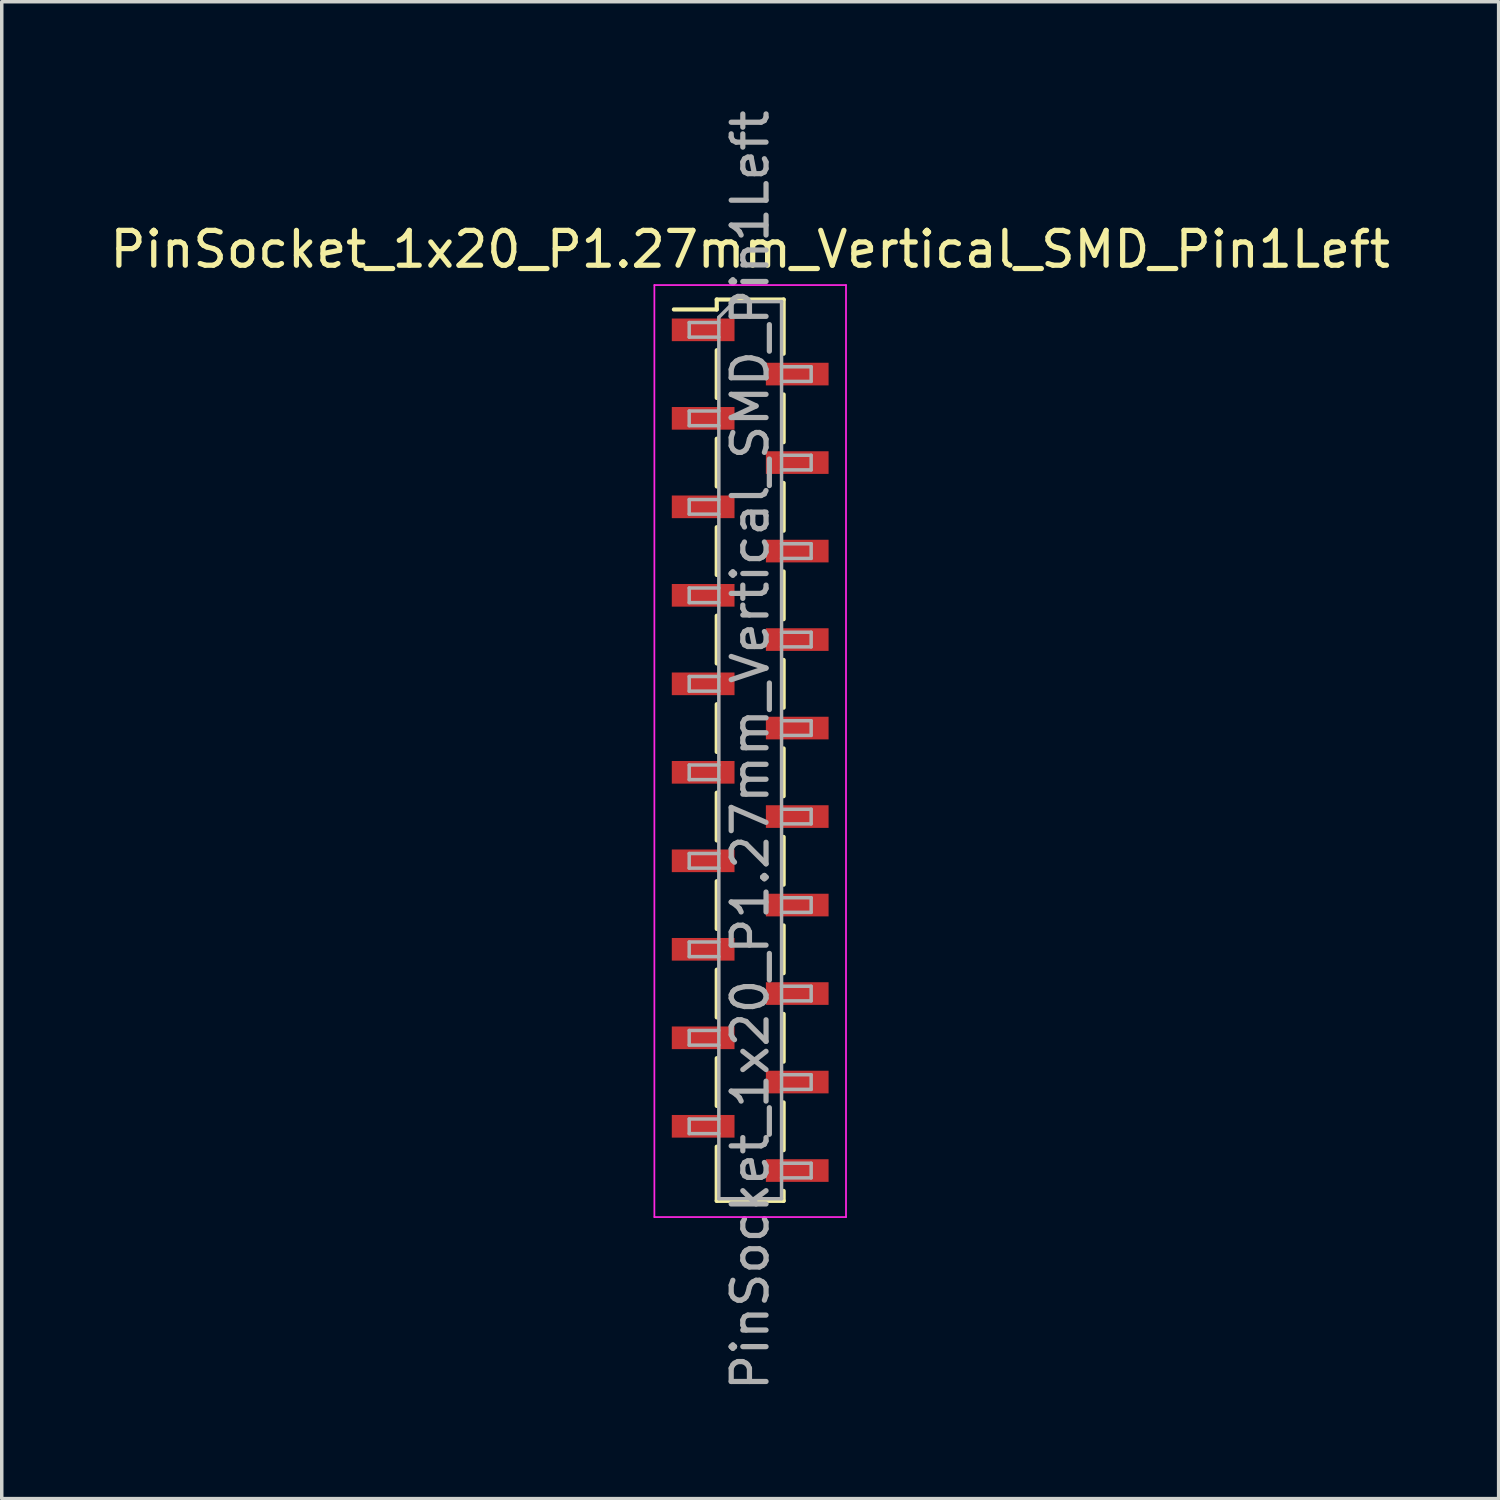
<source format=kicad_pcb>
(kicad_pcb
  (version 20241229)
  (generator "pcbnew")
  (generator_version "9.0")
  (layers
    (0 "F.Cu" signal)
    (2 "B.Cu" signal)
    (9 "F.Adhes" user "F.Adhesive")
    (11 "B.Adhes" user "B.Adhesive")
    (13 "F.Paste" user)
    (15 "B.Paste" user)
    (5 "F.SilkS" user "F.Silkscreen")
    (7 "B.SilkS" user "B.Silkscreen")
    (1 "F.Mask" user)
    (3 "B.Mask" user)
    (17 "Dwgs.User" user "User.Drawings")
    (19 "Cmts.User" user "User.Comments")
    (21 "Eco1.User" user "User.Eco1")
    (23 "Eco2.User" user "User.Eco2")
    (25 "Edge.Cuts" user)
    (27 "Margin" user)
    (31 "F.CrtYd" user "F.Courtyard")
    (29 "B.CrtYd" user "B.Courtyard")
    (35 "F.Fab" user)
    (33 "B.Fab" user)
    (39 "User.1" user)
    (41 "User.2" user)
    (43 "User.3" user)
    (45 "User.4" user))
  (footprint "PinSocket_1x20_P1.27mm_Vertical_SMD_Pin1Left"
    (layer "F.Cu")
    (at 18.482 18.482)
    (property "Reference" "PinSocket_1x20_P1.27mm_Vertical_SMD_Pin1Left" (at 0 -14.375 0) (layer "F.SilkS") (effects (font (size 1 1) (thickness 0.15))))
    (attr smd)
    (fp_line (start -2.19 -12.65) (end -0.96 -12.65) (stroke (width 0.12) (type solid)) (layer "F.SilkS"))
    (fp_line (start -0.96 -12.935) (end -0.96 -12.65) (stroke (width 0.12) (type solid)) (layer "F.SilkS"))
    (fp_line (start -0.96 -12.935) (end 0.96 -12.935) (stroke (width 0.12) (type solid)) (layer "F.SilkS"))
    (fp_line (start -0.96 -11.48) (end -0.96 -10.11) (stroke (width 0.12) (type solid)) (layer "F.SilkS"))
    (fp_line (start -0.96 -8.94) (end -0.96 -7.57) (stroke (width 0.12) (type solid)) (layer "F.SilkS"))
    (fp_line (start -0.96 -6.4) (end -0.96 -5.03) (stroke (width 0.12) (type solid)) (layer "F.SilkS"))
    (fp_line (start -0.96 -3.86) (end -0.96 -2.49) (stroke (width 0.12) (type solid)) (layer "F.SilkS"))
    (fp_line (start -0.96 -1.32) (end -0.96 0.05) (stroke (width 0.12) (type solid)) (layer "F.SilkS"))
    (fp_line (start -0.96 1.22) (end -0.96 2.59) (stroke (width 0.12) (type solid)) (layer "F.SilkS"))
    (fp_line (start -0.96 3.76) (end -0.96 5.13) (stroke (width 0.12) (type solid)) (layer "F.SilkS"))
    (fp_line (start -0.96 6.3) (end -0.96 7.67) (stroke (width 0.12) (type solid)) (layer "F.SilkS"))
    (fp_line (start -0.96 8.84) (end -0.96 10.21) (stroke (width 0.12) (type solid)) (layer "F.SilkS"))
    (fp_line (start -0.96 11.38) (end -0.96 12.935) (stroke (width 0.12) (type solid)) (layer "F.SilkS"))
    (fp_line (start -0.96 12.935) (end 0.96 12.935) (stroke (width 0.12) (type solid)) (layer "F.SilkS"))
    (fp_line (start 0.96 -12.935) (end 0.96 -11.38) (stroke (width 0.12) (type solid)) (layer "F.SilkS"))
    (fp_line (start 0.96 -10.21) (end 0.96 -8.84) (stroke (width 0.12) (type solid)) (layer "F.SilkS"))
    (fp_line (start 0.96 -7.67) (end 0.96 -6.3) (stroke (width 0.12) (type solid)) (layer "F.SilkS"))
    (fp_line (start 0.96 -5.13) (end 0.96 -3.76) (stroke (width 0.12) (type solid)) (layer "F.SilkS"))
    (fp_line (start 0.96 -2.59) (end 0.96 -1.22) (stroke (width 0.12) (type solid)) (layer "F.SilkS"))
    (fp_line (start 0.96 -0.05) (end 0.96 1.32) (stroke (width 0.12) (type solid)) (layer "F.SilkS"))
    (fp_line (start 0.96 2.49) (end 0.96 3.86) (stroke (width 0.12) (type solid)) (layer "F.SilkS"))
    (fp_line (start 0.96 5.03) (end 0.96 6.4) (stroke (width 0.12) (type solid)) (layer "F.SilkS"))
    (fp_line (start 0.96 7.57) (end 0.96 8.94) (stroke (width 0.12) (type solid)) (layer "F.SilkS"))
    (fp_line (start 0.96 10.11) (end 0.96 11.48) (stroke (width 0.12) (type solid)) (layer "F.SilkS"))
    (fp_line (start 0.96 12.65) (end 0.96 12.935) (stroke (width 0.12) (type solid)) (layer "F.SilkS"))
    (fp_line (start -2.75 -13.35) (end 2.75 -13.35) (stroke (width 0.05) (type solid)) (layer "F.CrtYd"))
    (fp_line (start -2.75 13.4) (end -2.75 -13.35) (stroke (width 0.05) (type solid)) (layer "F.CrtYd"))
    (fp_line (start 2.75 -13.35) (end 2.75 13.4) (stroke (width 0.05) (type solid)) (layer "F.CrtYd"))
    (fp_line (start 2.75 13.4) (end -2.75 13.4) (stroke (width 0.05) (type solid)) (layer "F.CrtYd"))
    (fp_line (start -1.75 -12.275) (end -0.9 -12.275) (stroke (width 0.1) (type solid)) (layer "F.Fab"))
    (fp_line (start -1.75 -11.855) (end -1.75 -12.275) (stroke (width 0.1) (type solid)) (layer "F.Fab"))
    (fp_line (start -1.75 -9.735) (end -0.9 -9.735) (stroke (width 0.1) (type solid)) (layer "F.Fab"))
    (fp_line (start -1.75 -9.315) (end -1.75 -9.735) (stroke (width 0.1) (type solid)) (layer "F.Fab"))
    (fp_line (start -1.75 -7.195) (end -0.9 -7.195) (stroke (width 0.1) (type solid)) (layer "F.Fab"))
    (fp_line (start -1.75 -6.775) (end -1.75 -7.195) (stroke (width 0.1) (type solid)) (layer "F.Fab"))
    (fp_line (start -1.75 -4.655) (end -0.9 -4.655) (stroke (width 0.1) (type solid)) (layer "F.Fab"))
    (fp_line (start -1.75 -4.235) (end -1.75 -4.655) (stroke (width 0.1) (type solid)) (layer "F.Fab"))
    (fp_line (start -1.75 -2.115) (end -0.9 -2.115) (stroke (width 0.1) (type solid)) (layer "F.Fab"))
    (fp_line (start -1.75 -1.695) (end -1.75 -2.115) (stroke (width 0.1) (type solid)) (layer "F.Fab"))
    (fp_line (start -1.75 0.425) (end -0.9 0.425) (stroke (width 0.1) (type solid)) (layer "F.Fab"))
    (fp_line (start -1.75 0.845) (end -1.75 0.425) (stroke (width 0.1) (type solid)) (layer "F.Fab"))
    (fp_line (start -1.75 2.965) (end -0.9 2.965) (stroke (width 0.1) (type solid)) (layer "F.Fab"))
    (fp_line (start -1.75 3.385) (end -1.75 2.965) (stroke (width 0.1) (type solid)) (layer "F.Fab"))
    (fp_line (start -1.75 5.505) (end -0.9 5.505) (stroke (width 0.1) (type solid)) (layer "F.Fab"))
    (fp_line (start -1.75 5.925) (end -1.75 5.505) (stroke (width 0.1) (type solid)) (layer "F.Fab"))
    (fp_line (start -1.75 8.045) (end -0.9 8.045) (stroke (width 0.1) (type solid)) (layer "F.Fab"))
    (fp_line (start -1.75 8.465) (end -1.75 8.045) (stroke (width 0.1) (type solid)) (layer "F.Fab"))
    (fp_line (start -1.75 10.585) (end -0.9 10.585) (stroke (width 0.1) (type solid)) (layer "F.Fab"))
    (fp_line (start -1.75 11.005) (end -1.75 10.585) (stroke (width 0.1) (type solid)) (layer "F.Fab"))
    (fp_line (start -0.9 -12.425) (end -0.45 -12.875) (stroke (width 0.1) (type solid)) (layer "F.Fab"))
    (fp_line (start -0.9 -11.855) (end -1.75 -11.855) (stroke (width 0.1) (type solid)) (layer "F.Fab"))
    (fp_line (start -0.9 -9.315) (end -1.75 -9.315) (stroke (width 0.1) (type solid)) (layer "F.Fab"))
    (fp_line (start -0.9 -6.775) (end -1.75 -6.775) (stroke (width 0.1) (type solid)) (layer "F.Fab"))
    (fp_line (start -0.9 -4.235) (end -1.75 -4.235) (stroke (width 0.1) (type solid)) (layer "F.Fab"))
    (fp_line (start -0.9 -1.695) (end -1.75 -1.695) (stroke (width 0.1) (type solid)) (layer "F.Fab"))
    (fp_line (start -0.9 0.845) (end -1.75 0.845) (stroke (width 0.1) (type solid)) (layer "F.Fab"))
    (fp_line (start -0.9 3.385) (end -1.75 3.385) (stroke (width 0.1) (type solid)) (layer "F.Fab"))
    (fp_line (start -0.9 5.925) (end -1.75 5.925) (stroke (width 0.1) (type solid)) (layer "F.Fab"))
    (fp_line (start -0.9 8.465) (end -1.75 8.465) (stroke (width 0.1) (type solid)) (layer "F.Fab"))
    (fp_line (start -0.9 11.005) (end -1.75 11.005) (stroke (width 0.1) (type solid)) (layer "F.Fab"))
    (fp_line (start -0.9 12.875) (end -0.9 -12.425) (stroke (width 0.1) (type solid)) (layer "F.Fab"))
    (fp_line (start -0.45 -12.875) (end 0.9 -12.875) (stroke (width 0.1) (type solid)) (layer "F.Fab"))
    (fp_line (start 0.9 -12.875) (end 0.9 12.875) (stroke (width 0.1) (type solid)) (layer "F.Fab"))
    (fp_line (start 0.9 -11.005) (end 1.75 -11.005) (stroke (width 0.1) (type solid)) (layer "F.Fab"))
    (fp_line (start 0.9 -8.465) (end 1.75 -8.465) (stroke (width 0.1) (type solid)) (layer "F.Fab"))
    (fp_line (start 0.9 -5.925) (end 1.75 -5.925) (stroke (width 0.1) (type solid)) (layer "F.Fab"))
    (fp_line (start 0.9 -3.385) (end 1.75 -3.385) (stroke (width 0.1) (type solid)) (layer "F.Fab"))
    (fp_line (start 0.9 -0.845) (end 1.75 -0.845) (stroke (width 0.1) (type solid)) (layer "F.Fab"))
    (fp_line (start 0.9 1.695) (end 1.75 1.695) (stroke (width 0.1) (type solid)) (layer "F.Fab"))
    (fp_line (start 0.9 4.235) (end 1.75 4.235) (stroke (width 0.1) (type solid)) (layer "F.Fab"))
    (fp_line (start 0.9 6.775) (end 1.75 6.775) (stroke (width 0.1) (type solid)) (layer "F.Fab"))
    (fp_line (start 0.9 9.315) (end 1.75 9.315) (stroke (width 0.1) (type solid)) (layer "F.Fab"))
    (fp_line (start 0.9 11.855) (end 1.75 11.855) (stroke (width 0.1) (type solid)) (layer "F.Fab"))
    (fp_line (start 0.9 12.875) (end -0.9 12.875) (stroke (width 0.1) (type solid)) (layer "F.Fab"))
    (fp_line (start 1.75 -11.005) (end 1.75 -10.585) (stroke (width 0.1) (type solid)) (layer "F.Fab"))
    (fp_line (start 1.75 -10.585) (end 0.9 -10.585) (stroke (width 0.1) (type solid)) (layer "F.Fab"))
    (fp_line (start 1.75 -8.465) (end 1.75 -8.045) (stroke (width 0.1) (type solid)) (layer "F.Fab"))
    (fp_line (start 1.75 -8.045) (end 0.9 -8.045) (stroke (width 0.1) (type solid)) (layer "F.Fab"))
    (fp_line (start 1.75 -5.925) (end 1.75 -5.505) (stroke (width 0.1) (type solid)) (layer "F.Fab"))
    (fp_line (start 1.75 -5.505) (end 0.9 -5.505) (stroke (width 0.1) (type solid)) (layer "F.Fab"))
    (fp_line (start 1.75 -3.385) (end 1.75 -2.965) (stroke (width 0.1) (type solid)) (layer "F.Fab"))
    (fp_line (start 1.75 -2.965) (end 0.9 -2.965) (stroke (width 0.1) (type solid)) (layer "F.Fab"))
    (fp_line (start 1.75 -0.845) (end 1.75 -0.425) (stroke (width 0.1) (type solid)) (layer "F.Fab"))
    (fp_line (start 1.75 -0.425) (end 0.9 -0.425) (stroke (width 0.1) (type solid)) (layer "F.Fab"))
    (fp_line (start 1.75 1.695) (end 1.75 2.115) (stroke (width 0.1) (type solid)) (layer "F.Fab"))
    (fp_line (start 1.75 2.115) (end 0.9 2.115) (stroke (width 0.1) (type solid)) (layer "F.Fab"))
    (fp_line (start 1.75 4.235) (end 1.75 4.655) (stroke (width 0.1) (type solid)) (layer "F.Fab"))
    (fp_line (start 1.75 4.655) (end 0.9 4.655) (stroke (width 0.1) (type solid)) (layer "F.Fab"))
    (fp_line (start 1.75 6.775) (end 1.75 7.195) (stroke (width 0.1) (type solid)) (layer "F.Fab"))
    (fp_line (start 1.75 7.195) (end 0.9 7.195) (stroke (width 0.1) (type solid)) (layer "F.Fab"))
    (fp_line (start 1.75 9.315) (end 1.75 9.735) (stroke (width 0.1) (type solid)) (layer "F.Fab"))
    (fp_line (start 1.75 9.735) (end 0.9 9.735) (stroke (width 0.1) (type solid)) (layer "F.Fab"))
    (fp_line (start 1.75 11.855) (end 1.75 12.275) (stroke (width 0.1) (type solid)) (layer "F.Fab"))
    (fp_line (start 1.75 12.275) (end 0.9 12.275) (stroke (width 0.1) (type solid)) (layer "F.Fab"))
    (fp_text user "${REFERENCE}" (at 0 0 90) (layer "F.Fab") (effects (font (size 1 1) (thickness 0.15))))
    (pad "1" smd rect (at -1.35 -12.065) (size 1.8 0.65) (layers "F.Cu" "F.Mask" "F.Paste"))
    (pad "2" smd rect (at 1.35 -10.795) (size 1.8 0.65) (layers "F.Cu" "F.Mask" "F.Paste"))
    (pad "3" smd rect (at -1.35 -9.525) (size 1.8 0.65) (layers "F.Cu" "F.Mask" "F.Paste"))
    (pad "4" smd rect (at 1.35 -8.255) (size 1.8 0.65) (layers "F.Cu" "F.Mask" "F.Paste"))
    (pad "5" smd rect (at -1.35 -6.985) (size 1.8 0.65) (layers "F.Cu" "F.Mask" "F.Paste"))
    (pad "6" smd rect (at 1.35 -5.715) (size 1.8 0.65) (layers "F.Cu" "F.Mask" "F.Paste"))
    (pad "7" smd rect (at -1.35 -4.445) (size 1.8 0.65) (layers "F.Cu" "F.Mask" "F.Paste"))
    (pad "8" smd rect (at 1.35 -3.175) (size 1.8 0.65) (layers "F.Cu" "F.Mask" "F.Paste"))
    (pad "9" smd rect (at -1.35 -1.905) (size 1.8 0.65) (layers "F.Cu" "F.Mask" "F.Paste"))
    (pad "10" smd rect (at 1.35 -0.635) (size 1.8 0.65) (layers "F.Cu" "F.Mask" "F.Paste"))
    (pad "11" smd rect (at -1.35 0.635) (size 1.8 0.65) (layers "F.Cu" "F.Mask" "F.Paste"))
    (pad "12" smd rect (at 1.35 1.905) (size 1.8 0.65) (layers "F.Cu" "F.Mask" "F.Paste"))
    (pad "13" smd rect (at -1.35 3.175) (size 1.8 0.65) (layers "F.Cu" "F.Mask" "F.Paste"))
    (pad "14" smd rect (at 1.35 4.445) (size 1.8 0.65) (layers "F.Cu" "F.Mask" "F.Paste"))
    (pad "15" smd rect (at -1.35 5.715) (size 1.8 0.65) (layers "F.Cu" "F.Mask" "F.Paste"))
    (pad "16" smd rect (at 1.35 6.985) (size 1.8 0.65) (layers "F.Cu" "F.Mask" "F.Paste"))
    (pad "17" smd rect (at -1.35 8.255) (size 1.8 0.65) (layers "F.Cu" "F.Mask" "F.Paste"))
    (pad "18" smd rect (at 1.35 9.525) (size 1.8 0.65) (layers "F.Cu" "F.Mask" "F.Paste"))
    (pad "19" smd rect (at -1.35 10.795) (size 1.8 0.65) (layers "F.Cu" "F.Mask" "F.Paste"))
    (pad "20" smd rect (at 1.35 12.065) (size 1.8 0.65) (layers "F.Cu" "F.Mask" "F.Paste")))
  (gr_rect
    (start -3 -3)
    (end 39.964 39.964)
    (stroke (width 0.1) (type default))
    (fill no)
    (layer "Edge.Cuts")))
</source>
